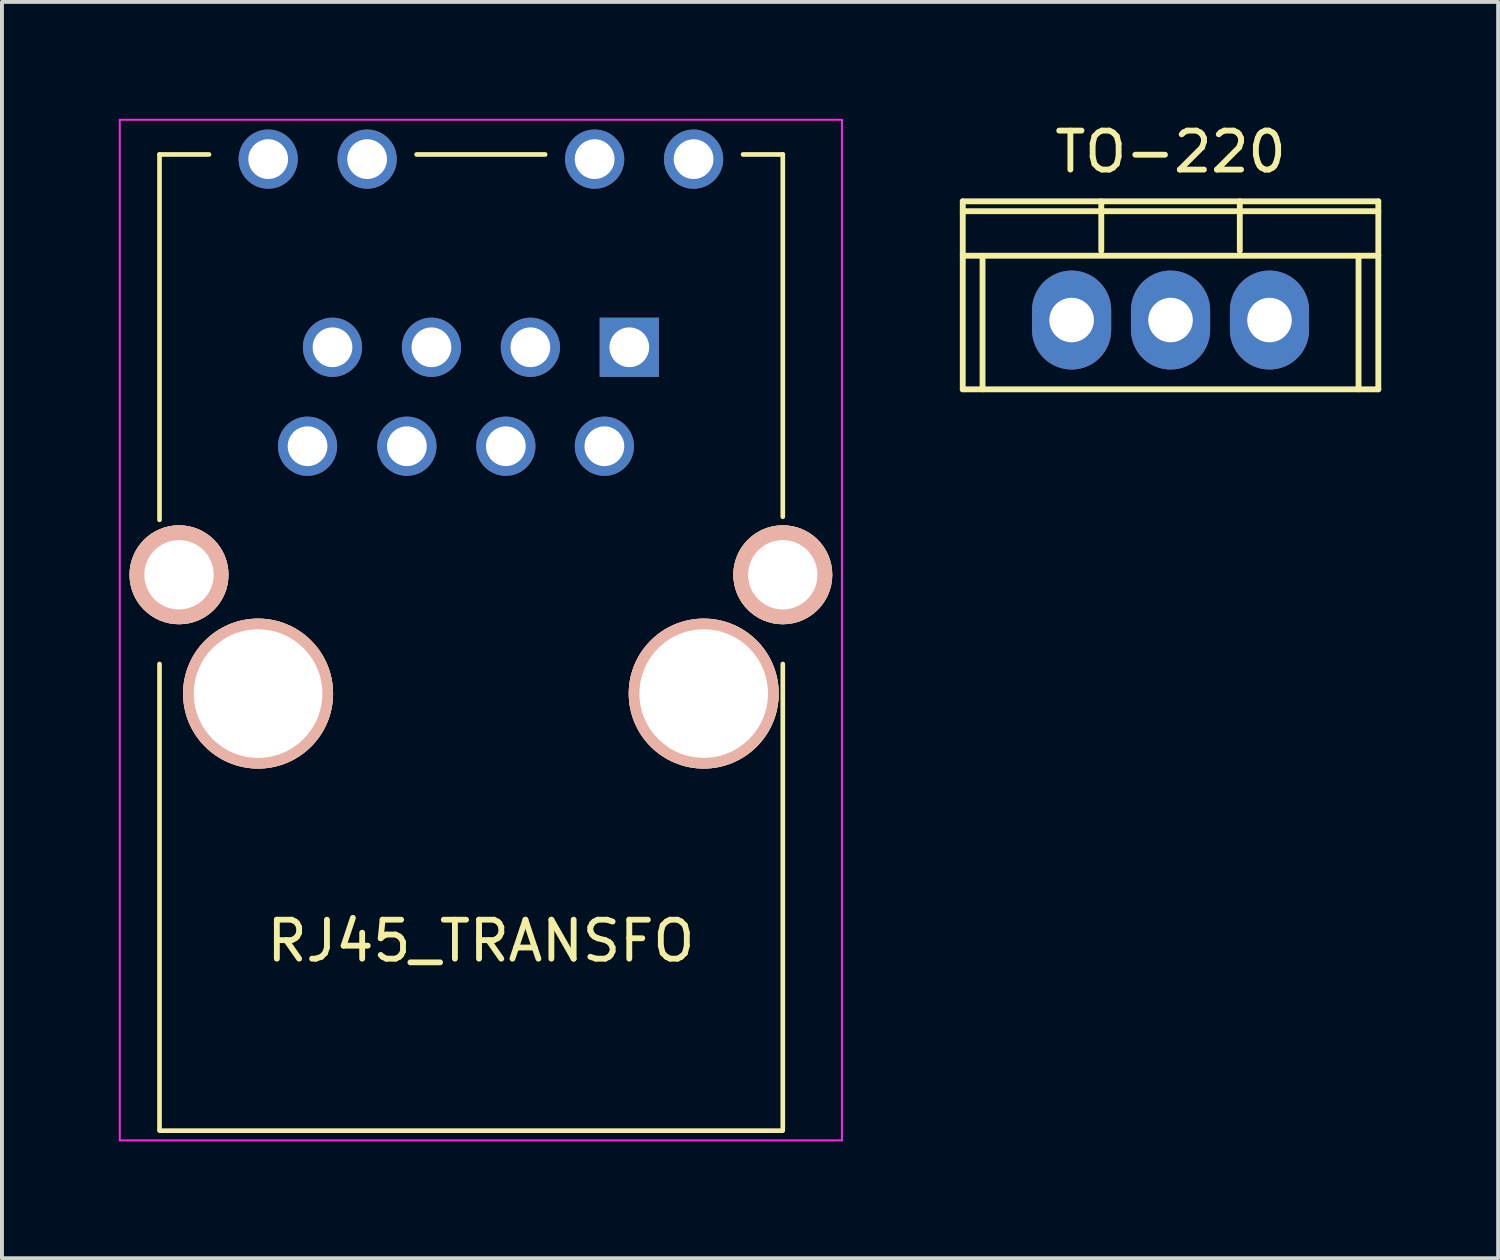
<source format=kicad_pcb>
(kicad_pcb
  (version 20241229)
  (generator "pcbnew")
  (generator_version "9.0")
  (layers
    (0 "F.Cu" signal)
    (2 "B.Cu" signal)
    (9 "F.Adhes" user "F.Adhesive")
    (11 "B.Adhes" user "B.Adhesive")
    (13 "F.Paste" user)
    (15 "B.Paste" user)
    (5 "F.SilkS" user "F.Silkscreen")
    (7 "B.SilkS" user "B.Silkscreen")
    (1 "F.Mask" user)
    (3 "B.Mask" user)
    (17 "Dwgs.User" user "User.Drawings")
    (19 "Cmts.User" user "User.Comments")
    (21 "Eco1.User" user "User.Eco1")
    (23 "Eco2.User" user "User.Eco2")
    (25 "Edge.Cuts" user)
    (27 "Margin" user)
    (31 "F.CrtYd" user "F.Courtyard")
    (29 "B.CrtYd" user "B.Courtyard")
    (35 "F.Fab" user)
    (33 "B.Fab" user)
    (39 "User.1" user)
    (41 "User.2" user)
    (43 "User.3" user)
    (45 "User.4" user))
  (footprint "RJ45_TRANSFO"
    (layer "F.Cu")
    (at 13.105 5.865)
    (property "Reference" "RJ45_TRANSFO" (at -3.81 15.24 0) (layer "F.SilkS") (effects (font (size 1 1) (thickness 0.15))))
    (attr through_hole)
    (fp_line (start -12.06 -4.95) (end -12.06 4.43) (stroke (width 0.12) (type solid)) (layer "F.SilkS"))
    (fp_line (start -12.06 -4.95) (end -10.79 -4.95) (stroke (width 0.12) (type solid)) (layer "F.SilkS"))
    (fp_line (start -12.06 20.07) (end -12.06 8.13) (stroke (width 0.12) (type solid)) (layer "F.SilkS"))
    (fp_line (start -12.06 20.11) (end 3.94 20.11) (stroke (width 0.12) (type solid)) (layer "F.SilkS"))
    (fp_line (start -5.46 -4.95) (end -2.16 -4.95) (stroke (width 0.12) (type solid)) (layer "F.SilkS"))
    (fp_line (start 3.94 -4.95) (end 2.92 -4.95) (stroke (width 0.12) (type solid)) (layer "F.SilkS"))
    (fp_line (start 3.94 -4.95) (end 3.94 4.35) (stroke (width 0.12) (type solid)) (layer "F.SilkS"))
    (fp_line (start 3.94 20.07) (end 3.94 8.13) (stroke (width 0.12) (type solid)) (layer "F.SilkS"))
    (fp_line (start -13.08 -5.84) (end -13.08 20.36) (stroke (width 0.05) (type solid)) (layer "F.CrtYd"))
    (fp_line (start -13.08 -5.84) (end 5.46 -5.84) (stroke (width 0.05) (type solid)) (layer "F.CrtYd"))
    (fp_line (start 5.46 20.36) (end -13.08 20.36) (stroke (width 0.05) (type solid)) (layer "F.CrtYd"))
    (fp_line (start 5.46 20.36) (end 5.46 -5.84) (stroke (width 0.05) (type solid)) (layer "F.CrtYd"))
    (pad "1" thru_hole rect (at 0 0) (size 1.52 1.52) (drill 1.02) (layers "*.Cu" "*.Mask"))
    (pad "2" thru_hole circle (at -0.64 2.54) (size 1.52 1.52) (drill 1.02) (layers "*.Cu" "*.Mask"))
    (pad "3" thru_hole circle (at -2.54 0) (size 1.52 1.52) (drill 1.02) (layers "*.Cu" "*.Mask"))
    (pad "4" thru_hole circle (at -3.17 2.54) (size 1.52 1.52) (drill 1.02) (layers "*.Cu" "*.Mask"))
    (pad "5" thru_hole circle (at -5.08 0) (size 1.52 1.52) (drill 1.02) (layers "*.Cu" "*.Mask"))
    (pad "6" thru_hole circle (at -5.71 2.54) (size 1.52 1.52) (drill 1.02) (layers "*.Cu" "*.Mask"))
    (pad "7" thru_hole circle (at -7.62 0) (size 1.52 1.52) (drill 1.02) (layers "*.Cu" "*.Mask"))
    (pad "8" thru_hole circle (at -8.26 2.54) (size 1.52 1.52) (drill 1.02) (layers "*.Cu" "*.Mask"))
    (pad "13" thru_hole circle (at -11.56 5.84) (size 2.54 2.54) (drill 1.78) (layers "*.Cu" "*.SilkS" "*.Mask"))
    (pad "13" thru_hole circle (at 3.94 5.84) (size 2.54 2.54) (drill 1.78) (layers "*.Cu" "*.SilkS" "*.Mask"))
    (pad "GA" thru_hole circle (at -0.89 -4.83) (size 1.52 1.52) (drill 1.02) (layers "*.Cu" "*.Mask"))
    (pad "GK" thru_hole circle (at 1.65 -4.83) (size 1.52 1.52) (drill 1.02) (layers "*.Cu" "*.Mask"))
    (pad "Hole" thru_hole circle (at -9.53 8.89) (size 3.85 3.85) (drill 3.3) (layers "*.Cu" "*.SilkS" "*.Mask"))
    (pad "Hole" thru_hole circle (at 1.91 8.89) (size 3.85 3.85) (drill 3.3) (layers "*.Cu" "*.SilkS" "*.Mask"))
    (pad "YA" thru_hole circle (at -9.27 -4.83) (size 1.52 1.52) (drill 1.02) (layers "*.Cu" "*.Mask"))
    (pad "YK" thru_hole circle (at -6.73 -4.83) (size 1.52 1.52) (drill 1.02) (layers "*.Cu" "*.Mask")))
  (footprint "TO-220"
    (layer "F.Cu")
    (at 26.999 5.166)
    (property "Reference" "TO-220" (at 0 -4.318 0) (layer "F.SilkS") (effects (font (size 1 1) (thickness 0.15))))
    (attr through_hole)
    (fp_line (start -5.334 -3.048) (end -5.334 1.778) (stroke (width 0.15) (type solid)) (layer "F.SilkS"))
    (fp_line (start -5.334 -1.651) (end 5.334 -1.651) (stroke (width 0.15) (type solid)) (layer "F.SilkS"))
    (fp_line (start -4.826 -1.651) (end -4.826 1.778) (stroke (width 0.15) (type solid)) (layer "F.SilkS"))
    (fp_line (start -1.778 -1.778) (end -1.778 -3.048) (stroke (width 0.15) (type solid)) (layer "F.SilkS"))
    (fp_line (start 1.778 -1.778) (end 1.778 -3.048) (stroke (width 0.15) (type solid)) (layer "F.SilkS"))
    (fp_line (start 4.826 -1.651) (end 4.826 1.778) (stroke (width 0.15) (type solid)) (layer "F.SilkS"))
    (fp_line (start 5.334 -3.048) (end -5.334 -3.048) (stroke (width 0.15) (type solid)) (layer "F.SilkS"))
    (fp_line (start 5.334 -3.048) (end 5.334 1.778) (stroke (width 0.15) (type solid)) (layer "F.SilkS"))
    (fp_line (start 5.334 -2.794) (end -5.334 -2.794) (stroke (width 0.15) (type solid)) (layer "F.SilkS"))
    (fp_line (start 5.334 1.778) (end -5.334 1.778) (stroke (width 0.15) (type solid)) (layer "F.SilkS"))
    (pad "GND" thru_hole oval (at 0 0) (size 2.032 2.54) (drill 1.143) (layers "*.Cu" "*.Mask"))
    (pad "VI" thru_hole oval (at -2.54 0) (size 2.032 2.54) (drill 1.143) (layers "*.Cu" "*.Mask"))
    (pad "VO" thru_hole oval (at 2.54 0) (size 2.032 2.54) (drill 1.143) (layers "*.Cu" "*.Mask")))
  (gr_rect
    (start -3 -3)
    (end 35.408 29.25)
    (stroke (width 0.1) (type default))
    (fill no)
    (layer "Edge.Cuts")))
</source>
